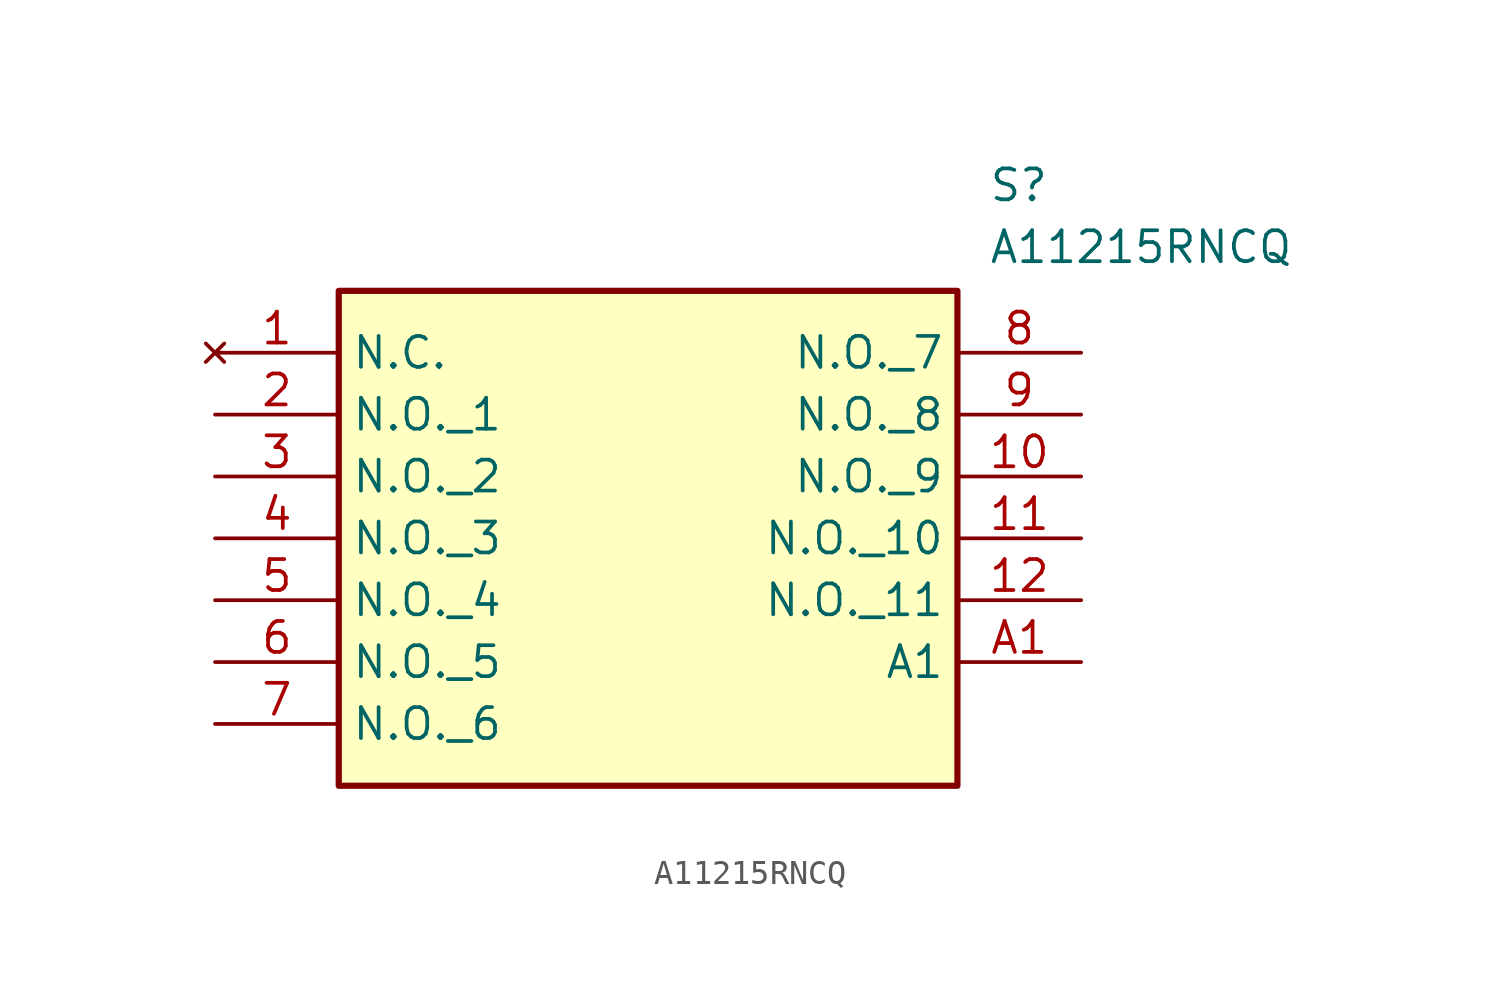
<source format=kicad_sym>
(kicad_symbol_lib
  (version 20211014)
  (generator SamacSys_ECAD_Model)
  (symbol "A11215RNCQ"
    (property "Reference" "S"
      (at 31.75 7.62 0)
      (effects (font (size 1.27 1.27)) (justify left top)))
    (property "Value" "A11215RNCQ"
      (at 31.75 5.08 0)
      (effects (font (size 1.27 1.27)) (justify left top)))
    (rectangle
      (start 5.08 2.54)
      (end 30.48 -17.78)
      (stroke (width 0.254) (type default))
      (fill (type background)))
    (pin no_connect line
      (at 0 0 0)
      (length 5.08)
      (name "N.C." (effects (font (size 1.27 1.27))))
      (number "1" (effects (font (size 1.27 1.27)))))
    (pin passive line
      (at 0 -2.54 0)
      (length 5.08)
      (name "N.O._1" (effects (font (size 1.27 1.27))))
      (number "2" (effects (font (size 1.27 1.27)))))
    (pin passive line
      (at 0 -5.08 0)
      (length 5.08)
      (name "N.O._2" (effects (font (size 1.27 1.27))))
      (number "3" (effects (font (size 1.27 1.27)))))
    (pin passive line
      (at 0 -7.62 0)
      (length 5.08)
      (name "N.O._3" (effects (font (size 1.27 1.27))))
      (number "4" (effects (font (size 1.27 1.27)))))
    (pin passive line
      (at 0 -10.16 0)
      (length 5.08)
      (name "N.O._4" (effects (font (size 1.27 1.27))))
      (number "5" (effects (font (size 1.27 1.27)))))
    (pin passive line
      (at 0 -12.7 0)
      (length 5.08)
      (name "N.O._5" (effects (font (size 1.27 1.27))))
      (number "6" (effects (font (size 1.27 1.27)))))
    (pin passive line
      (at 0 -15.24 0)
      (length 5.08)
      (name "N.O._6" (effects (font (size 1.27 1.27))))
      (number "7" (effects (font (size 1.27 1.27)))))
    (pin passive line
      (at 35.56 0 180)
      (length 5.08)
      (name "N.O._7" (effects (font (size 1.27 1.27))))
      (number "8" (effects (font (size 1.27 1.27)))))
    (pin passive line
      (at 35.56 -2.54 180)
      (length 5.08)
      (name "N.O._8" (effects (font (size 1.27 1.27))))
      (number "9" (effects (font (size 1.27 1.27)))))
    (pin passive line
      (at 35.56 -5.08 180)
      (length 5.08)
      (name "N.O._9" (effects (font (size 1.27 1.27))))
      (number "10" (effects (font (size 1.27 1.27)))))
    (pin passive line
      (at 35.56 -7.62 180)
      (length 5.08)
      (name "N.O._10" (effects (font (size 1.27 1.27))))
      (number "11" (effects (font (size 1.27 1.27)))))
    (pin passive line
      (at 35.56 -10.16 180)
      (length 5.08)
      (name "N.O._11" (effects (font (size 1.27 1.27))))
      (number "12" (effects (font (size 1.27 1.27)))))
    (pin passive line
      (at 35.56 -12.7 180)
      (length 5.08)
      (name "A1" (effects (font (size 1.27 1.27))))
      (number "A1" (effects (font (size 1.27 1.27)))))))
</source>
